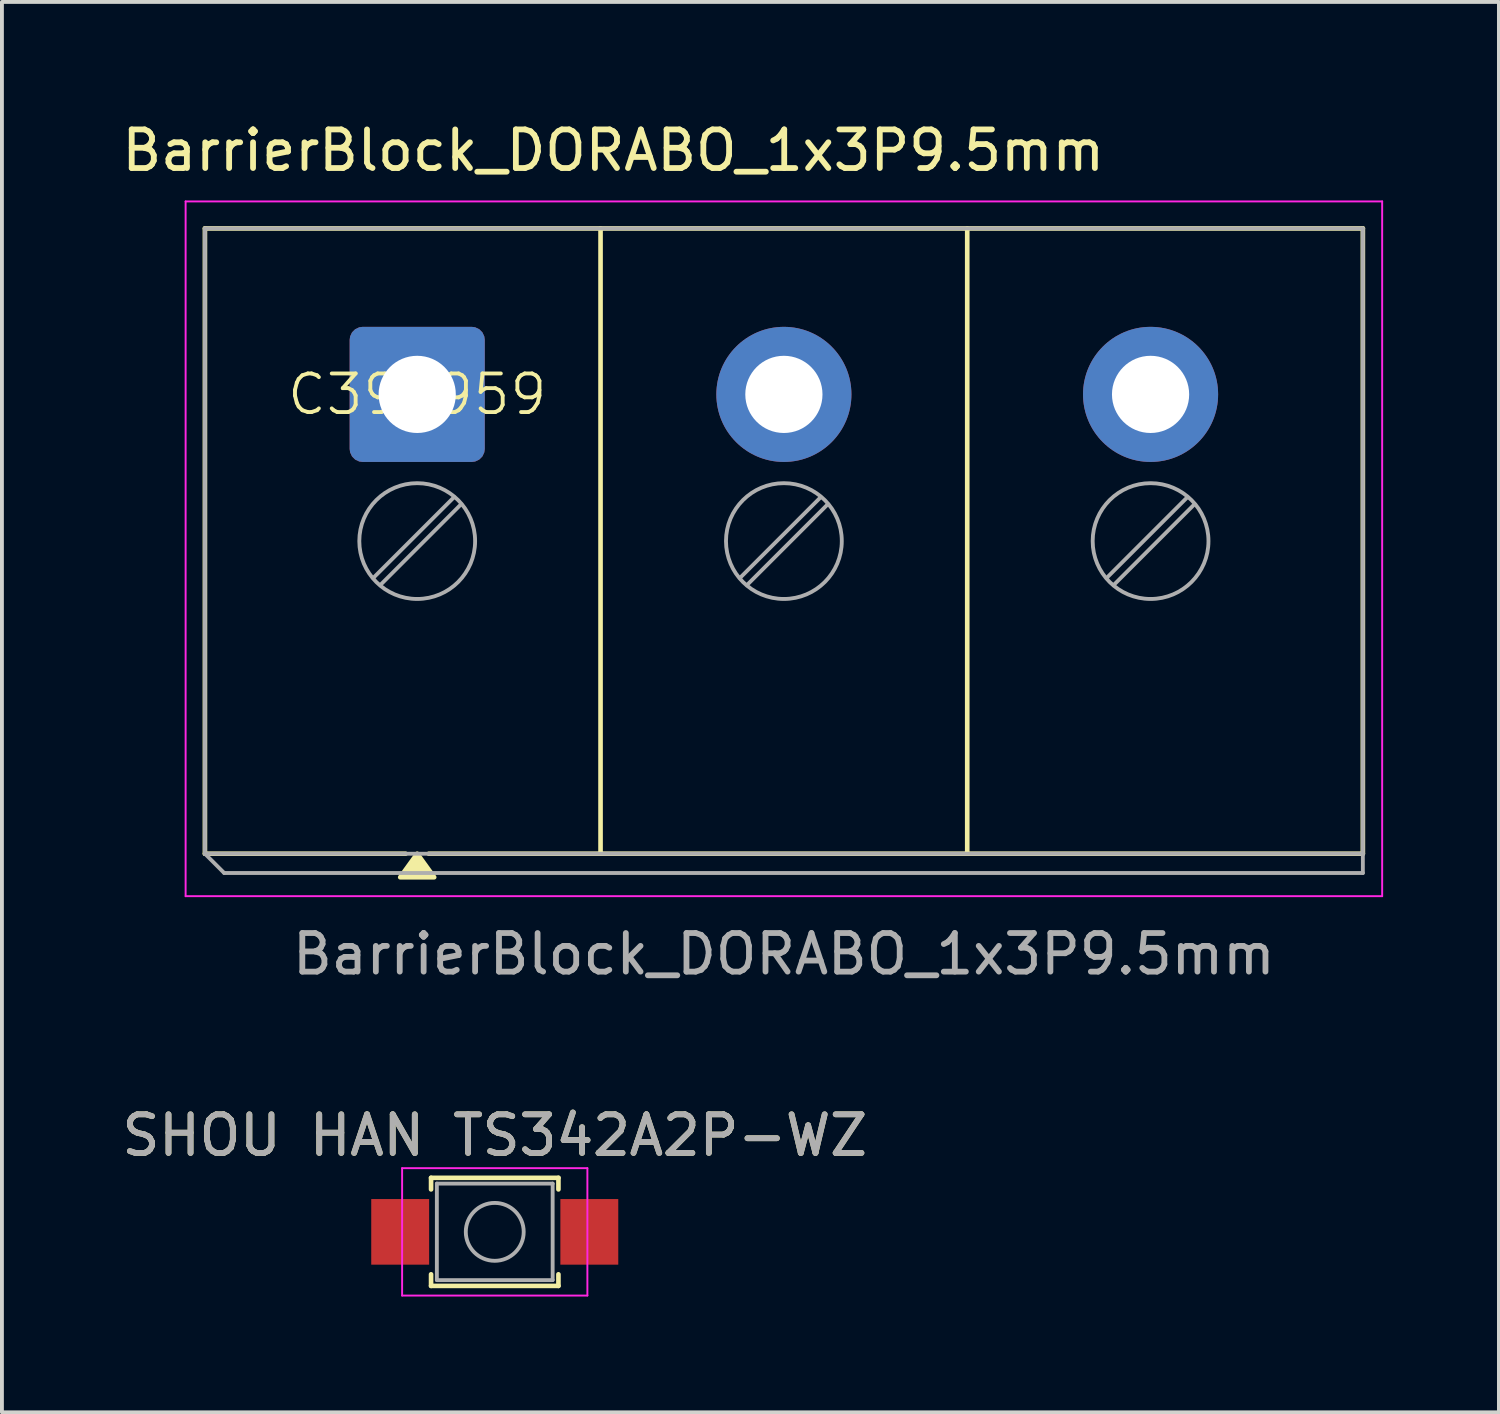
<source format=kicad_pcb>
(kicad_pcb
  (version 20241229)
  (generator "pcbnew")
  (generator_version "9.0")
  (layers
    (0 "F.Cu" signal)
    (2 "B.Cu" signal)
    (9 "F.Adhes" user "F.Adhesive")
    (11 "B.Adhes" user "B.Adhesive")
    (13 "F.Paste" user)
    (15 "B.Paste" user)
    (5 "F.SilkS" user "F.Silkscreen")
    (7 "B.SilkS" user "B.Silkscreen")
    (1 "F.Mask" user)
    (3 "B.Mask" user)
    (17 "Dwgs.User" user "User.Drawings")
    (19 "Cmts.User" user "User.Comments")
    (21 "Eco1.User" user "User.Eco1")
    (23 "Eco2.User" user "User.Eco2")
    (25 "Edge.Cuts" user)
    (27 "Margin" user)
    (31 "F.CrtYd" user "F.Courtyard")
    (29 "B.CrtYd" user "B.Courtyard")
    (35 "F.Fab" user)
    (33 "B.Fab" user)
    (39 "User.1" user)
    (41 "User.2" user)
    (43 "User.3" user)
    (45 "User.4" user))
  (footprint "BarrierBlock_DORABO_1x3P9.5mm"
    (layer "F.Cu")
    (at 7.759 7.168)
    (property "Reference" "BarrierBlock_DORABO_1x3P9.5mm" (at 5.08 -6.32 0) (layer "F.SilkS") (effects (font (size 1 1) (thickness 0.15))))
    (property "LCSC" "C395959" (at 0 0 0) (layer "F.SilkS") (effects (font (size 1 1) (thickness 0.1))))
    (attr through_hole)
    (fp_line (start -5.5 -4.3) (end 24.5 -4.3) (stroke (width 0.12) (type solid)) (layer "F.SilkS"))
    (fp_line (start -5.5 11.9) (end -5.5 -4.3) (stroke (width 0.12) (type solid)) (layer "F.SilkS"))
    (fp_line (start -0.3 11.9) (end -5.5 11.9) (stroke (width 0.12) (type solid)) (layer "F.SilkS"))
    (fp_line (start 4.75 11.9) (end 4.75 -4.3) (stroke (width 0.12) (type solid)) (layer "F.SilkS"))
    (fp_line (start 14.25 11.9) (end 14.25 -4.3) (stroke (width 0.12) (type solid)) (layer "F.SilkS"))
    (fp_line (start 24.5 -4.3) (end 24.5 11.9) (stroke (width 0.12) (type solid)) (layer "F.SilkS"))
    (fp_line (start 24.5 11.9) (end 0.3 11.9) (stroke (width 0.12) (type solid)) (layer "F.SilkS"))
    (fp_poly (pts (xy 0 11.9) (xy 0.44 12.51) (xy -0.44 12.51)) (stroke (width 0.12) (type solid)) (fill yes) (layer "F.SilkS"))
    (fp_line (start -6 -5) (end -6 13) (stroke (width 0.05) (type solid)) (layer "F.CrtYd"))
    (fp_line (start -6 13) (end 25 13) (stroke (width 0.05) (type solid)) (layer "F.CrtYd"))
    (fp_line (start 25 -5) (end -6 -5) (stroke (width 0.05) (type solid)) (layer "F.CrtYd"))
    (fp_line (start 25 13) (end 25 -5) (stroke (width 0.05) (type solid)) (layer "F.CrtYd"))
    (fp_line (start -5.5 -4.3) (end 24.5 -4.3) (stroke (width 0.1) (type solid)) (layer "F.Fab"))
    (fp_line (start -5.5 11.9) (end -5.5 -4.3) (stroke (width 0.1) (type solid)) (layer "F.Fab"))
    (fp_line (start -5.5 11.9) (end 24.5 11.9) (stroke (width 0.1) (type solid)) (layer "F.Fab"))
    (fp_line (start -5 12.4) (end -5.5 11.9) (stroke (width 0.1) (type solid)) (layer "F.Fab"))
    (fp_line (start 0.955 2.662) (end -1.138 4.755) (stroke (width 0.1) (type solid)) (layer "F.Fab"))
    (fp_line (start 1.138 2.845) (end -0.955 4.938) (stroke (width 0.1) (type solid)) (layer "F.Fab"))
    (fp_line (start 10.455 2.662) (end 8.362 4.755) (stroke (width 0.1) (type solid)) (layer "F.Fab"))
    (fp_line (start 10.638 2.845) (end 8.545 4.938) (stroke (width 0.1) (type solid)) (layer "F.Fab"))
    (fp_line (start 19.955 2.662) (end 17.862 4.755) (stroke (width 0.1) (type solid)) (layer "F.Fab"))
    (fp_line (start 20.138 2.845) (end 18.045 4.938) (stroke (width 0.1) (type solid)) (layer "F.Fab"))
    (fp_line (start 24.5 -4.3) (end 24.5 12.4) (stroke (width 0.1) (type solid)) (layer "F.Fab"))
    (fp_line (start 24.5 12.4) (end -5 12.4) (stroke (width 0.1) (type solid)) (layer "F.Fab"))
    (fp_circle (center 0 3.8) (end 1.5 3.8) (stroke (width 0.1) (type solid)) (fill no) (layer "F.Fab"))
    (fp_circle (center 9.5 3.8) (end 11 3.8) (stroke (width 0.1) (type solid)) (fill no) (layer "F.Fab"))
    (fp_circle (center 19 3.8) (end 20.5 3.8) (stroke (width 0.1) (type solid)) (fill no) (layer "F.Fab"))
    (fp_text user "${REFERENCE}" (at 9.5 14.5 0) (layer "F.Fab") (effects (font (size 1 1) (thickness 0.15))))
    (pad "1" thru_hole roundrect (at 0 0) (size 3.5 3.5) (drill 2) (layers "*.Cu" "*.Mask") (roundrect_rratio 0.096))
    (pad "2" thru_hole circle (at 9.5 0) (size 3.5 3.5) (drill 2) (layers "*.Cu" "*.Mask"))
    (pad "3" thru_hole circle (at 19 0) (size 3.5 3.5) (drill 2) (layers "*.Cu" "*.Mask")))
  (footprint "SHOU HAN TS342A2P-WZ"
    (layer "F.Cu")
    (at 9.768 28.865)
    (property "Reference" "SHOU HAN TS342A2P-WZ" (at 0 -2.5 0) (layer "F.SilkS") (effects (font (size 1 1) (thickness 0.15))))
    (attr smd)
    (fp_line (start -1.65 -1.4) (end 1.65 -1.4) (stroke (width 0.12) (type solid)) (layer "F.SilkS"))
    (fp_line (start -1.65 -1.1) (end -1.65 -1.4) (stroke (width 0.12) (type solid)) (layer "F.SilkS"))
    (fp_line (start -1.65 1.1) (end -1.65 1.4) (stroke (width 0.12) (type solid)) (layer "F.SilkS"))
    (fp_line (start -1.65 1.4) (end 1.65 1.4) (stroke (width 0.12) (type solid)) (layer "F.SilkS"))
    (fp_line (start 1.65 -1.4) (end 1.65 -1.1) (stroke (width 0.12) (type solid)) (layer "F.SilkS"))
    (fp_line (start 1.65 1.4) (end 1.65 1.1) (stroke (width 0.12) (type solid)) (layer "F.SilkS"))
    (fp_line (start -2.4 -1.65) (end -2.4 1.65) (stroke (width 0.05) (type solid)) (layer "F.CrtYd"))
    (fp_line (start -2.4 1.65) (end 2.4 1.65) (stroke (width 0.05) (type solid)) (layer "F.CrtYd"))
    (fp_line (start 2.4 -1.65) (end -2.4 -1.65) (stroke (width 0.05) (type solid)) (layer "F.CrtYd"))
    (fp_line (start 2.4 1.65) (end 2.4 -1.65) (stroke (width 0.05) (type solid)) (layer "F.CrtYd"))
    (fp_line (start -1.5 -1.25) (end 1.5 -1.25) (stroke (width 0.1) (type solid)) (layer "F.Fab"))
    (fp_line (start -1.5 1.25) (end -1.5 -1.25) (stroke (width 0.1) (type solid)) (layer "F.Fab"))
    (fp_line (start 1.5 -1.25) (end 1.5 1.25) (stroke (width 0.1) (type solid)) (layer "F.Fab"))
    (fp_line (start 1.5 1.25) (end -1.5 1.25) (stroke (width 0.1) (type solid)) (layer "F.Fab"))
    (fp_circle (center 0 0) (end 0.75 0) (stroke (width 0.1) (type solid)) (fill no) (layer "F.Fab"))
    (fp_text user "${REFERENCE}" (at 0 -2.5 0) (layer "F.Fab") (effects (font (size 1 1) (thickness 0.15))))
    (pad "1" smd rect (at -2.45 0) (size 1.5 1.7) (layers "F.Cu" "F.Mask" "F.Paste"))
    (pad "2" smd rect (at 2.45 0) (size 1.5 1.7) (layers "F.Cu" "F.Mask" "F.Paste")))
  (gr_rect
    (start -3 -3)
    (end 35.784 33.54)
    (stroke (width 0.1) (type default))
    (fill no)
    (layer "Edge.Cuts")))
</source>
